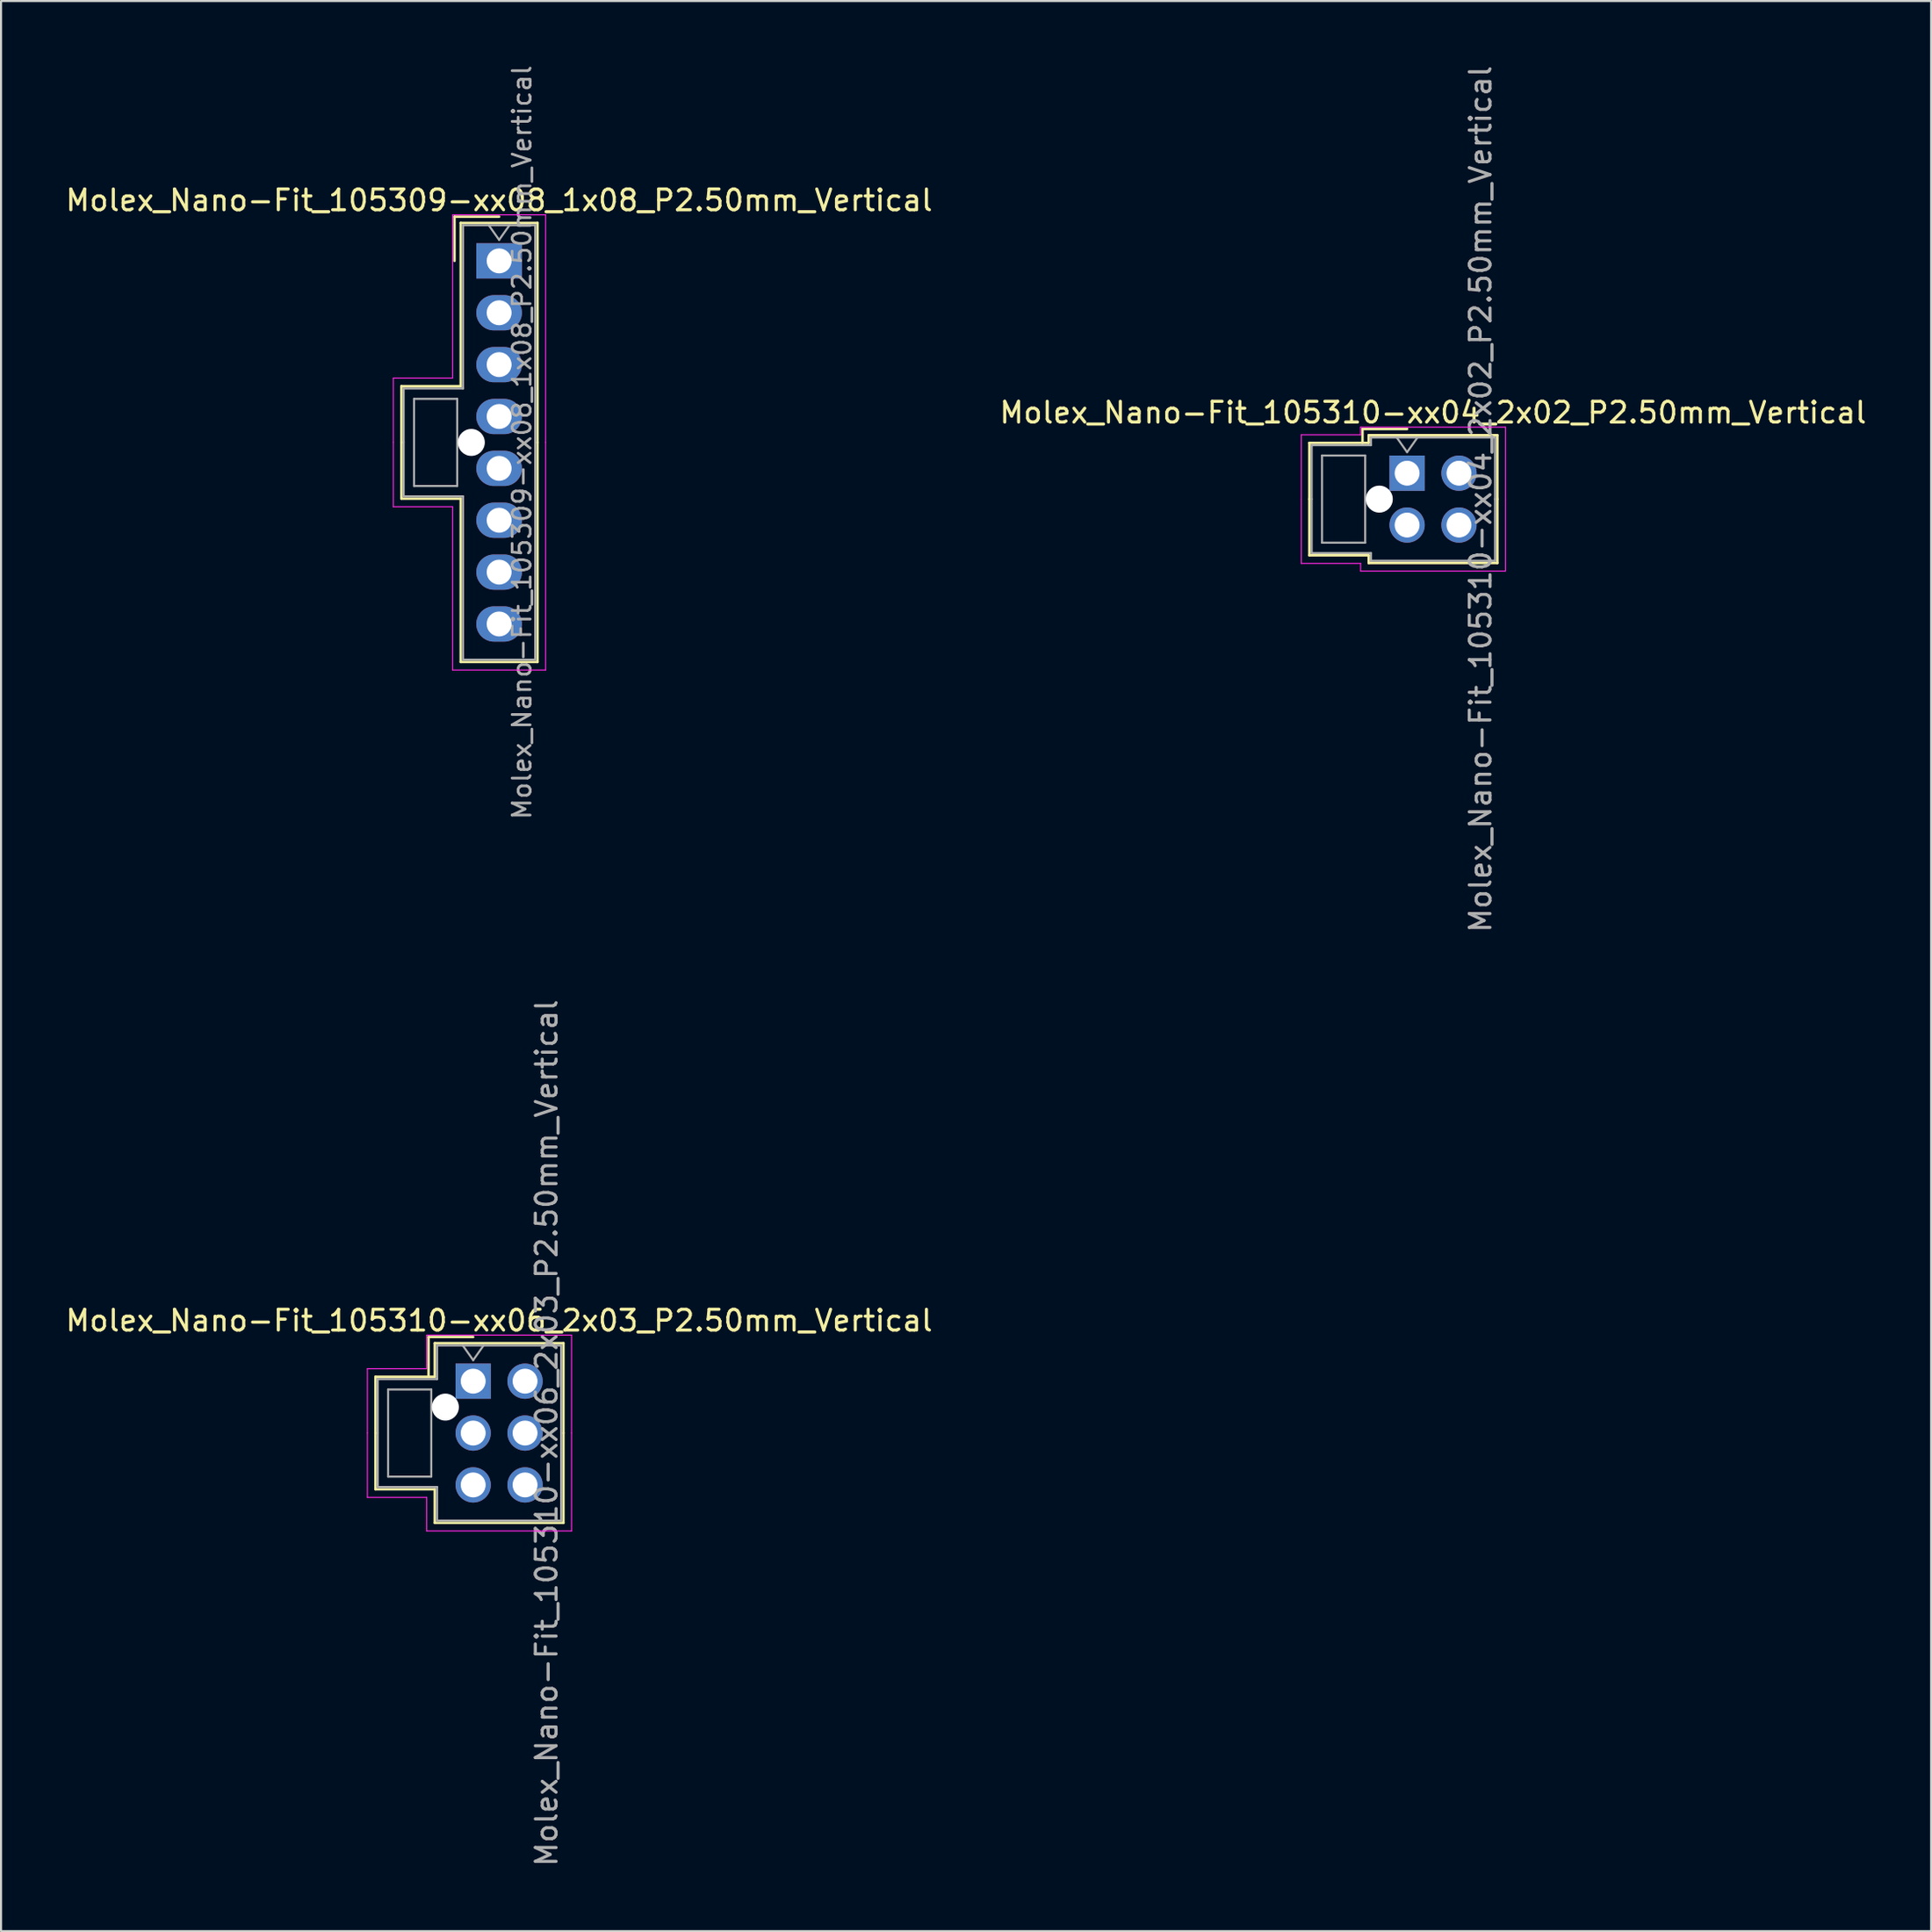
<source format=kicad_pcb>
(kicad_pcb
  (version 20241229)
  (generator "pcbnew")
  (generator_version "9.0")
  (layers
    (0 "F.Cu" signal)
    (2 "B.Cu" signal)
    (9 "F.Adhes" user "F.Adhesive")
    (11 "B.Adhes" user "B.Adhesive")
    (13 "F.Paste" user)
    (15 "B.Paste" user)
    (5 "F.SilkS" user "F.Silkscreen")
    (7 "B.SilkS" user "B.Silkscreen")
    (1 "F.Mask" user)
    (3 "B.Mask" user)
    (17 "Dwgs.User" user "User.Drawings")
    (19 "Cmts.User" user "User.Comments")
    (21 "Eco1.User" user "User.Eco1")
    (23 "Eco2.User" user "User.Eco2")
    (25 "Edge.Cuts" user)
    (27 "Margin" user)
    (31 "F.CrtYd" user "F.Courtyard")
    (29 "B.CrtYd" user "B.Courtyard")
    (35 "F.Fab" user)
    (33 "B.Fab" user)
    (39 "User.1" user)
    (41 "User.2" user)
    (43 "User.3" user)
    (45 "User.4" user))
  (footprint "Molex_Nano-Fit_105310-xx04_2x02_P2.50mm_Vertical"
    (layer "F.Cu")
    (at 64.768 19.756)
    (property "Reference" "Molex_Nano-Fit_105310-xx04_2x02_P2.50mm_Vertical" (at 1.25 -2.92 0) (layer "F.SilkS") (effects (font (size 1 1) (thickness 0.15))))
    (attr through_hole)
    (fp_line (start -4.71 -1.46) (end -4.71 1.25) (stroke (width 0.12) (type solid)) (layer "F.SilkS"))
    (fp_line (start -4.71 3.96) (end -4.71 1.25) (stroke (width 0.12) (type solid)) (layer "F.SilkS"))
    (fp_line (start -2.15 -2.13) (end -2.15 -1.46) (stroke (width 0.12) (type solid)) (layer "F.SilkS"))
    (fp_line (start -1.85 -1.83) (end -1.85 -1.46) (stroke (width 0.12) (type solid)) (layer "F.SilkS"))
    (fp_line (start -1.85 -1.46) (end -4.71 -1.46) (stroke (width 0.12) (type solid)) (layer "F.SilkS"))
    (fp_line (start -1.85 3.96) (end -4.71 3.96) (stroke (width 0.12) (type solid)) (layer "F.SilkS"))
    (fp_line (start -1.85 4.33) (end -1.85 3.96) (stroke (width 0.12) (type solid)) (layer "F.SilkS"))
    (fp_line (start 0 -2.13) (end -2.15 -2.13) (stroke (width 0.12) (type solid)) (layer "F.SilkS"))
    (fp_line (start 4.35 -1.83) (end -1.85 -1.83) (stroke (width 0.12) (type solid)) (layer "F.SilkS"))
    (fp_line (start 4.35 1.25) (end 4.35 -1.83) (stroke (width 0.12) (type solid)) (layer "F.SilkS"))
    (fp_line (start 4.35 1.25) (end 4.35 4.33) (stroke (width 0.12) (type solid)) (layer "F.SilkS"))
    (fp_line (start 4.35 4.33) (end -1.85 4.33) (stroke (width 0.12) (type solid)) (layer "F.SilkS"))
    (fp_line (start -5.1 -1.85) (end -5.1 1.25) (stroke (width 0.05) (type solid)) (layer "F.CrtYd"))
    (fp_line (start -5.1 4.35) (end -5.1 1.25) (stroke (width 0.05) (type solid)) (layer "F.CrtYd"))
    (fp_line (start -2.24 -2.22) (end -2.24 -1.85) (stroke (width 0.05) (type solid)) (layer "F.CrtYd"))
    (fp_line (start -2.24 -1.85) (end -5.1 -1.85) (stroke (width 0.05) (type solid)) (layer "F.CrtYd"))
    (fp_line (start -2.24 4.35) (end -5.1 4.35) (stroke (width 0.05) (type solid)) (layer "F.CrtYd"))
    (fp_line (start -2.24 4.72) (end -2.24 4.35) (stroke (width 0.05) (type solid)) (layer "F.CrtYd"))
    (fp_line (start 4.74 -2.22) (end -2.24 -2.22) (stroke (width 0.05) (type solid)) (layer "F.CrtYd"))
    (fp_line (start 4.74 1.25) (end 4.74 -2.22) (stroke (width 0.05) (type solid)) (layer "F.CrtYd"))
    (fp_line (start 4.74 1.25) (end 4.74 4.72) (stroke (width 0.05) (type solid)) (layer "F.CrtYd"))
    (fp_line (start 4.74 4.72) (end -2.24 4.72) (stroke (width 0.05) (type solid)) (layer "F.CrtYd"))
    (fp_line (start -4.6 -1.35) (end -4.6 1.25) (stroke (width 0.1) (type solid)) (layer "F.Fab"))
    (fp_line (start -4.6 3.85) (end -4.6 1.25) (stroke (width 0.1) (type solid)) (layer "F.Fab"))
    (fp_line (start -4.1 -0.85) (end -4.1 3.35) (stroke (width 0.1) (type solid)) (layer "F.Fab"))
    (fp_line (start -4.1 3.35) (end -2.02 3.35) (stroke (width 0.1) (type solid)) (layer "F.Fab"))
    (fp_line (start -2.02 -0.85) (end -4.1 -0.85) (stroke (width 0.1) (type solid)) (layer "F.Fab"))
    (fp_line (start -2.02 3.35) (end -2.02 -0.85) (stroke (width 0.1) (type solid)) (layer "F.Fab"))
    (fp_line (start -1.74 -1.72) (end -1.74 -1.35) (stroke (width 0.1) (type solid)) (layer "F.Fab"))
    (fp_line (start -1.74 -1.35) (end -4.6 -1.35) (stroke (width 0.1) (type solid)) (layer "F.Fab"))
    (fp_line (start -1.74 3.85) (end -4.6 3.85) (stroke (width 0.1) (type solid)) (layer "F.Fab"))
    (fp_line (start -1.74 4.22) (end -1.74 3.85) (stroke (width 0.1) (type solid)) (layer "F.Fab"))
    (fp_line (start -0.5 -1.72) (end 0 -1.013) (stroke (width 0.1) (type solid)) (layer "F.Fab"))
    (fp_line (start 0 -1.013) (end 0.5 -1.72) (stroke (width 0.1) (type solid)) (layer "F.Fab"))
    (fp_line (start 4.24 -1.72) (end -1.74 -1.72) (stroke (width 0.1) (type solid)) (layer "F.Fab"))
    (fp_line (start 4.24 1.25) (end 4.24 -1.72) (stroke (width 0.1) (type solid)) (layer "F.Fab"))
    (fp_line (start 4.24 1.25) (end 4.24 4.22) (stroke (width 0.1) (type solid)) (layer "F.Fab"))
    (fp_line (start 4.24 4.22) (end -1.74 4.22) (stroke (width 0.1) (type solid)) (layer "F.Fab"))
    (fp_text user "${REFERENCE}" (at 3.54 1.25 90) (layer "F.Fab") (effects (font (size 1 1) (thickness 0.15))))
    (pad "" np_thru_hole circle (at -1.34 1.25) (size 1.3 1.3) (drill 1.3) (layers "*.Cu" "*.Mask"))
    (pad "1" thru_hole rect (at 0 0) (size 1.7 1.7) (drill 1.2) (layers "*.Cu" "*.Mask"))
    (pad "2" thru_hole circle (at 0 2.5) (size 1.7 1.7) (drill 1.2) (layers "*.Cu" "*.Mask"))
    (pad "3" thru_hole circle (at 2.5 0) (size 1.7 1.7) (drill 1.2) (layers "*.Cu" "*.Mask"))
    (pad "4" thru_hole circle (at 2.5 2.5) (size 1.7 1.7) (drill 1.2) (layers "*.Cu" "*.Mask")))
  (footprint "Molex_Nano-Fit_105310-xx06_2x03_P2.50mm_Vertical"
    (layer "F.Cu")
    (at 19.756 63.518)
    (property "Reference" "Molex_Nano-Fit_105310-xx06_2x03_P2.50mm_Vertical" (at 1.25 -2.92 0) (layer "F.SilkS") (effects (font (size 1 1) (thickness 0.15))))
    (attr through_hole)
    (fp_line (start -4.71 -0.21) (end -4.71 2.5) (stroke (width 0.12) (type solid)) (layer "F.SilkS"))
    (fp_line (start -4.71 5.21) (end -4.71 2.5) (stroke (width 0.12) (type solid)) (layer "F.SilkS"))
    (fp_line (start -2.15 -2.13) (end -2.15 -0.21) (stroke (width 0.12) (type solid)) (layer "F.SilkS"))
    (fp_line (start -1.85 -1.83) (end -1.85 -0.21) (stroke (width 0.12) (type solid)) (layer "F.SilkS"))
    (fp_line (start -1.85 -0.21) (end -4.71 -0.21) (stroke (width 0.12) (type solid)) (layer "F.SilkS"))
    (fp_line (start -1.85 5.21) (end -4.71 5.21) (stroke (width 0.12) (type solid)) (layer "F.SilkS"))
    (fp_line (start -1.85 6.83) (end -1.85 5.21) (stroke (width 0.12) (type solid)) (layer "F.SilkS"))
    (fp_line (start 0 -2.13) (end -2.15 -2.13) (stroke (width 0.12) (type solid)) (layer "F.SilkS"))
    (fp_line (start 4.35 -1.83) (end -1.85 -1.83) (stroke (width 0.12) (type solid)) (layer "F.SilkS"))
    (fp_line (start 4.35 2.5) (end 4.35 -1.83) (stroke (width 0.12) (type solid)) (layer "F.SilkS"))
    (fp_line (start 4.35 2.5) (end 4.35 6.83) (stroke (width 0.12) (type solid)) (layer "F.SilkS"))
    (fp_line (start 4.35 6.83) (end -1.85 6.83) (stroke (width 0.12) (type solid)) (layer "F.SilkS"))
    (fp_line (start -5.1 -0.6) (end -5.1 2.5) (stroke (width 0.05) (type solid)) (layer "F.CrtYd"))
    (fp_line (start -5.1 5.6) (end -5.1 2.5) (stroke (width 0.05) (type solid)) (layer "F.CrtYd"))
    (fp_line (start -2.24 -2.22) (end -2.24 -0.6) (stroke (width 0.05) (type solid)) (layer "F.CrtYd"))
    (fp_line (start -2.24 -0.6) (end -5.1 -0.6) (stroke (width 0.05) (type solid)) (layer "F.CrtYd"))
    (fp_line (start -2.24 5.6) (end -5.1 5.6) (stroke (width 0.05) (type solid)) (layer "F.CrtYd"))
    (fp_line (start -2.24 7.22) (end -2.24 5.6) (stroke (width 0.05) (type solid)) (layer "F.CrtYd"))
    (fp_line (start 4.74 -2.22) (end -2.24 -2.22) (stroke (width 0.05) (type solid)) (layer "F.CrtYd"))
    (fp_line (start 4.74 2.5) (end 4.74 -2.22) (stroke (width 0.05) (type solid)) (layer "F.CrtYd"))
    (fp_line (start 4.74 2.5) (end 4.74 7.22) (stroke (width 0.05) (type solid)) (layer "F.CrtYd"))
    (fp_line (start 4.74 7.22) (end -2.24 7.22) (stroke (width 0.05) (type solid)) (layer "F.CrtYd"))
    (fp_line (start -4.6 -0.1) (end -4.6 2.5) (stroke (width 0.1) (type solid)) (layer "F.Fab"))
    (fp_line (start -4.6 5.1) (end -4.6 2.5) (stroke (width 0.1) (type solid)) (layer "F.Fab"))
    (fp_line (start -4.1 0.4) (end -4.1 4.6) (stroke (width 0.1) (type solid)) (layer "F.Fab"))
    (fp_line (start -4.1 4.6) (end -2.02 4.6) (stroke (width 0.1) (type solid)) (layer "F.Fab"))
    (fp_line (start -2.02 0.4) (end -4.1 0.4) (stroke (width 0.1) (type solid)) (layer "F.Fab"))
    (fp_line (start -2.02 4.6) (end -2.02 0.4) (stroke (width 0.1) (type solid)) (layer "F.Fab"))
    (fp_line (start -1.74 -1.72) (end -1.74 -0.1) (stroke (width 0.1) (type solid)) (layer "F.Fab"))
    (fp_line (start -1.74 -0.1) (end -4.6 -0.1) (stroke (width 0.1) (type solid)) (layer "F.Fab"))
    (fp_line (start -1.74 5.1) (end -4.6 5.1) (stroke (width 0.1) (type solid)) (layer "F.Fab"))
    (fp_line (start -1.74 6.72) (end -1.74 5.1) (stroke (width 0.1) (type solid)) (layer "F.Fab"))
    (fp_line (start -0.5 -1.72) (end 0 -1.013) (stroke (width 0.1) (type solid)) (layer "F.Fab"))
    (fp_line (start 0 -1.013) (end 0.5 -1.72) (stroke (width 0.1) (type solid)) (layer "F.Fab"))
    (fp_line (start 4.24 -1.72) (end -1.74 -1.72) (stroke (width 0.1) (type solid)) (layer "F.Fab"))
    (fp_line (start 4.24 2.5) (end 4.24 -1.72) (stroke (width 0.1) (type solid)) (layer "F.Fab"))
    (fp_line (start 4.24 2.5) (end 4.24 6.72) (stroke (width 0.1) (type solid)) (layer "F.Fab"))
    (fp_line (start 4.24 6.72) (end -1.74 6.72) (stroke (width 0.1) (type solid)) (layer "F.Fab"))
    (fp_text user "${REFERENCE}" (at 3.54 2.5 90) (layer "F.Fab") (effects (font (size 1 1) (thickness 0.15))))
    (pad "" np_thru_hole circle (at -1.34 1.25) (size 1.3 1.3) (drill 1.3) (layers "*.Cu" "*.Mask"))
    (pad "1" thru_hole rect (at 0 0) (size 1.7 1.7) (drill 1.2) (layers "*.Cu" "*.Mask"))
    (pad "2" thru_hole circle (at 0 2.5) (size 1.7 1.7) (drill 1.2) (layers "*.Cu" "*.Mask"))
    (pad "3" thru_hole circle (at 0 5) (size 1.7 1.7) (drill 1.2) (layers "*.Cu" "*.Mask"))
    (pad "4" thru_hole circle (at 2.5 0) (size 1.7 1.7) (drill 1.2) (layers "*.Cu" "*.Mask"))
    (pad "5" thru_hole circle (at 2.5 2.5) (size 1.7 1.7) (drill 1.2) (layers "*.Cu" "*.Mask"))
    (pad "6" thru_hole circle (at 2.5 5) (size 1.7 1.7) (drill 1.2) (layers "*.Cu" "*.Mask")))
  (footprint "Molex_Nano-Fit_105309-xx08_1x08_P2.50mm_Vertical"
    (layer "F.Cu")
    (at 21.006 9.524)
    (property "Reference" "Molex_Nano-Fit_105309-xx08_1x08_P2.50mm_Vertical" (at 0 -2.92 0) (layer "F.SilkS") (effects (font (size 1 1) (thickness 0.15))))
    (attr through_hole)
    (fp_line (start -4.71 6.04) (end -4.71 8.75) (stroke (width 0.12) (type solid)) (layer "F.SilkS"))
    (fp_line (start -4.71 11.46) (end -4.71 8.75) (stroke (width 0.12) (type solid)) (layer "F.SilkS"))
    (fp_line (start -2.15 -2.13) (end -2.15 0) (stroke (width 0.12) (type solid)) (layer "F.SilkS"))
    (fp_line (start -1.85 -1.83) (end -1.85 6.04) (stroke (width 0.12) (type solid)) (layer "F.SilkS"))
    (fp_line (start -1.85 6.04) (end -4.71 6.04) (stroke (width 0.12) (type solid)) (layer "F.SilkS"))
    (fp_line (start -1.85 11.46) (end -4.71 11.46) (stroke (width 0.12) (type solid)) (layer "F.SilkS"))
    (fp_line (start -1.85 19.33) (end -1.85 11.46) (stroke (width 0.12) (type solid)) (layer "F.SilkS"))
    (fp_line (start 0 -2.13) (end -2.15 -2.13) (stroke (width 0.12) (type solid)) (layer "F.SilkS"))
    (fp_line (start 1.85 -1.83) (end -1.85 -1.83) (stroke (width 0.12) (type solid)) (layer "F.SilkS"))
    (fp_line (start 1.85 8.75) (end 1.85 -1.83) (stroke (width 0.12) (type solid)) (layer "F.SilkS"))
    (fp_line (start 1.85 8.75) (end 1.85 19.33) (stroke (width 0.12) (type solid)) (layer "F.SilkS"))
    (fp_line (start 1.85 19.33) (end -1.85 19.33) (stroke (width 0.12) (type solid)) (layer "F.SilkS"))
    (fp_line (start -5.1 5.65) (end -5.1 8.75) (stroke (width 0.05) (type solid)) (layer "F.CrtYd"))
    (fp_line (start -5.1 11.85) (end -5.1 8.75) (stroke (width 0.05) (type solid)) (layer "F.CrtYd"))
    (fp_line (start -2.24 -2.22) (end -2.24 5.65) (stroke (width 0.05) (type solid)) (layer "F.CrtYd"))
    (fp_line (start -2.24 5.65) (end -5.1 5.65) (stroke (width 0.05) (type solid)) (layer "F.CrtYd"))
    (fp_line (start -2.24 11.85) (end -5.1 11.85) (stroke (width 0.05) (type solid)) (layer "F.CrtYd"))
    (fp_line (start -2.24 19.72) (end -2.24 11.85) (stroke (width 0.05) (type solid)) (layer "F.CrtYd"))
    (fp_line (start 2.24 -2.22) (end -2.24 -2.22) (stroke (width 0.05) (type solid)) (layer "F.CrtYd"))
    (fp_line (start 2.24 8.75) (end 2.24 -2.22) (stroke (width 0.05) (type solid)) (layer "F.CrtYd"))
    (fp_line (start 2.24 8.75) (end 2.24 19.72) (stroke (width 0.05) (type solid)) (layer "F.CrtYd"))
    (fp_line (start 2.24 19.72) (end -2.24 19.72) (stroke (width 0.05) (type solid)) (layer "F.CrtYd"))
    (fp_line (start -4.6 6.15) (end -4.6 8.75) (stroke (width 0.1) (type solid)) (layer "F.Fab"))
    (fp_line (start -4.6 11.35) (end -4.6 8.75) (stroke (width 0.1) (type solid)) (layer "F.Fab"))
    (fp_line (start -4.1 6.65) (end -4.1 10.85) (stroke (width 0.1) (type solid)) (layer "F.Fab"))
    (fp_line (start -4.1 10.85) (end -2.02 10.85) (stroke (width 0.1) (type solid)) (layer "F.Fab"))
    (fp_line (start -2.02 6.65) (end -4.1 6.65) (stroke (width 0.1) (type solid)) (layer "F.Fab"))
    (fp_line (start -2.02 10.85) (end -2.02 6.65) (stroke (width 0.1) (type solid)) (layer "F.Fab"))
    (fp_line (start -1.74 -1.72) (end -1.74 6.15) (stroke (width 0.1) (type solid)) (layer "F.Fab"))
    (fp_line (start -1.74 6.15) (end -4.6 6.15) (stroke (width 0.1) (type solid)) (layer "F.Fab"))
    (fp_line (start -1.74 11.35) (end -4.6 11.35) (stroke (width 0.1) (type solid)) (layer "F.Fab"))
    (fp_line (start -1.74 19.22) (end -1.74 11.35) (stroke (width 0.1) (type solid)) (layer "F.Fab"))
    (fp_line (start -0.5 -1.72) (end 0 -1.013) (stroke (width 0.1) (type solid)) (layer "F.Fab"))
    (fp_line (start 0 -1.013) (end 0.5 -1.72) (stroke (width 0.1) (type solid)) (layer "F.Fab"))
    (fp_line (start 1.74 -1.72) (end -1.74 -1.72) (stroke (width 0.1) (type solid)) (layer "F.Fab"))
    (fp_line (start 1.74 8.75) (end 1.74 -1.72) (stroke (width 0.1) (type solid)) (layer "F.Fab"))
    (fp_line (start 1.74 8.75) (end 1.74 19.22) (stroke (width 0.1) (type solid)) (layer "F.Fab"))
    (fp_line (start 1.74 19.22) (end -1.74 19.22) (stroke (width 0.1) (type solid)) (layer "F.Fab"))
    (fp_text user "${REFERENCE}" (at 1.1 8.75 90) (layer "F.Fab") (effects (font (size 0.87 0.87) (thickness 0.13))))
    (pad "" np_thru_hole circle (at -1.34 8.75) (size 1.3 1.3) (drill 1.3) (layers "*.Cu" "*.Mask"))
    (pad "1" thru_hole rect (at 0 0) (size 2.2 1.7) (drill 1.2) (layers "*.Cu" "*.Mask"))
    (pad "2" thru_hole oval (at 0 2.5) (size 2.2 1.7) (drill 1.2) (layers "*.Cu" "*.Mask"))
    (pad "3" thru_hole oval (at 0 5) (size 2.2 1.7) (drill 1.2) (layers "*.Cu" "*.Mask"))
    (pad "4" thru_hole oval (at 0 7.5) (size 2.2 1.7) (drill 1.2) (layers "*.Cu" "*.Mask"))
    (pad "5" thru_hole oval (at 0 10) (size 2.2 1.7) (drill 1.2) (layers "*.Cu" "*.Mask"))
    (pad "6" thru_hole oval (at 0 12.5) (size 2.2 1.7) (drill 1.2) (layers "*.Cu" "*.Mask"))
    (pad "7" thru_hole oval (at 0 15) (size 2.2 1.7) (drill 1.2) (layers "*.Cu" "*.Mask"))
    (pad "8" thru_hole oval (at 0 17.5) (size 2.2 1.7) (drill 1.2) (layers "*.Cu" "*.Mask")))
  (gr_rect
    (start -3 -3)
    (end 90.024 90.024)
    (stroke (width 0.1) (type default))
    (fill no)
    (layer "Edge.Cuts")))
</source>
